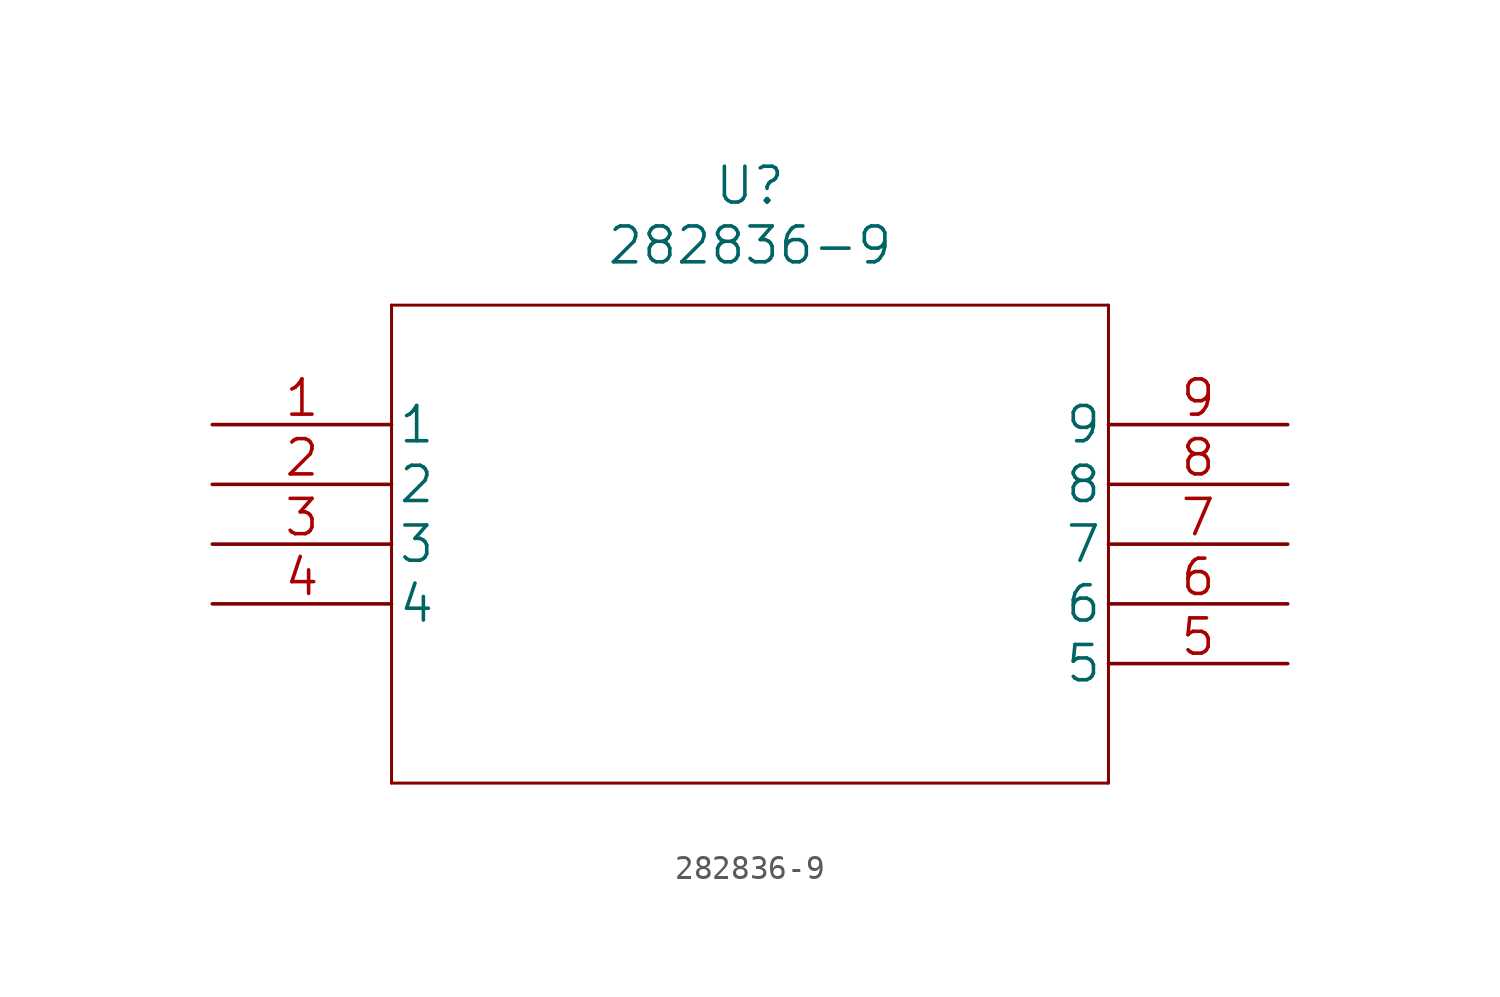
<source format=kicad_sym>
(kicad_symbol_lib
  (version 20211014)
  (generator kicad_symbol_editor)
  (symbol "282836-9"
    (pin_names
      (offset 0.254))
    (property "Reference" "U"
      (at 22.86 10.16 0)
      (effects (font (size 1.524 1.524))))
    (property "Value" "282836-9"
      (at 22.86 7.62 0)
      (effects (font (size 1.524 1.524))))
    (property "Datasheet" ""
      (at 0 0 0)
      (effects (font (size 1.524 1.524))))
    (property "ki_locked" ""
      (at 0 0 0)
      (effects (font (size 1.27 1.27))))
    (symbol "282836-9_1_1"
      (polyline (pts (xy 7.62 -15.24) (xy 38.1 -15.24)) (stroke (width 0.127) (type default) (color 0 0 0 0)) (fill (type none)))
      (polyline (pts (xy 7.62 5.08) (xy 7.62 -15.24)) (stroke (width 0.127) (type default) (color 0 0 0 0)) (fill (type none)))
      (polyline (pts (xy 38.1 -15.24) (xy 38.1 5.08)) (stroke (width 0.127) (type default) (color 0 0 0 0)) (fill (type none)))
      (polyline (pts (xy 38.1 5.08) (xy 7.62 5.08)) (stroke (width 0.127) (type default) (color 0 0 0 0)) (fill (type none)))
      (pin unspecified line (at 0 0 0) (length 7.62) (name "1" (effects (font (size 1.499 1.499)))) (number "1" (effects (font (size 1.499 1.499)))))
      (pin unspecified line (at 0 -2.54 0) (length 7.62) (name "2" (effects (font (size 1.499 1.499)))) (number "2" (effects (font (size 1.499 1.499)))))
      (pin unspecified line (at 0 -5.08 0) (length 7.62) (name "3" (effects (font (size 1.499 1.499)))) (number "3" (effects (font (size 1.499 1.499)))))
      (pin unspecified line (at 0 -7.62 0) (length 7.62) (name "4" (effects (font (size 1.499 1.499)))) (number "4" (effects (font (size 1.499 1.499)))))
      (pin unspecified line (at 45.72 -10.16 180) (length 7.62) (name "5" (effects (font (size 1.499 1.499)))) (number "5" (effects (font (size 1.499 1.499)))))
      (pin unspecified line (at 45.72 -7.62 180) (length 7.62) (name "6" (effects (font (size 1.499 1.499)))) (number "6" (effects (font (size 1.499 1.499)))))
      (pin unspecified line (at 45.72 -5.08 180) (length 7.62) (name "7" (effects (font (size 1.499 1.499)))) (number "7" (effects (font (size 1.499 1.499)))))
      (pin unspecified line (at 45.72 -2.54 180) (length 7.62) (name "8" (effects (font (size 1.499 1.499)))) (number "8" (effects (font (size 1.499 1.499)))))
      (pin unspecified line (at 45.72 0 180) (length 7.62) (name "9" (effects (font (size 1.499 1.499)))) (number "9" (effects (font (size 1.499 1.499))))))))
</source>
